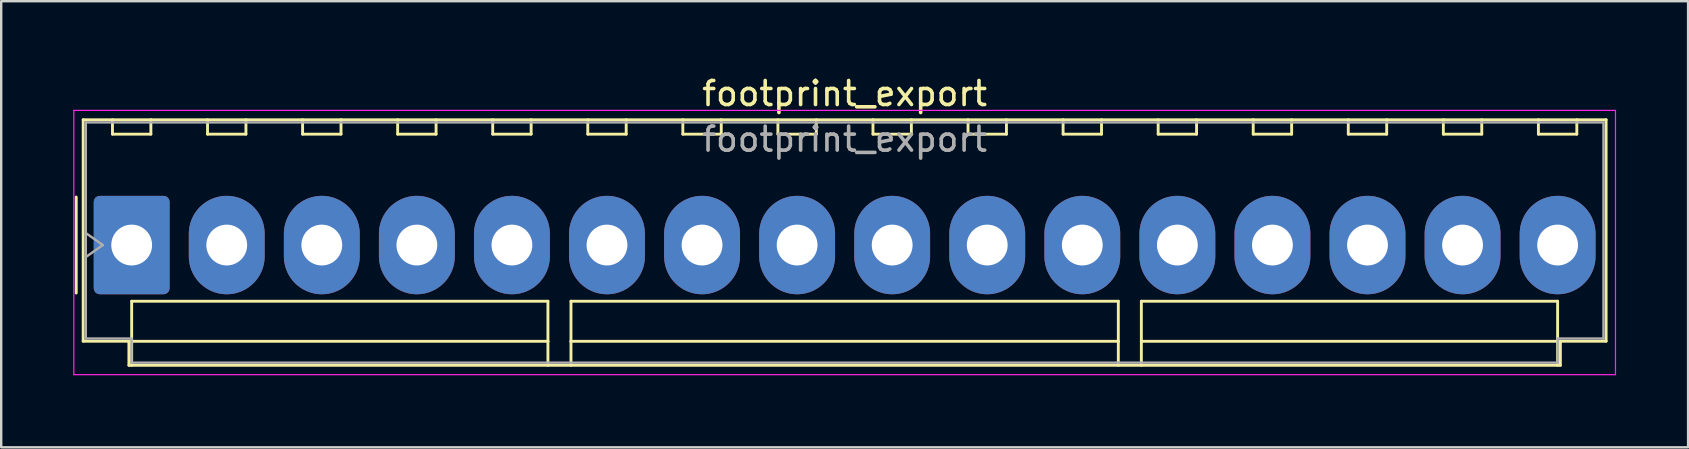
<source format=kicad_pcb>
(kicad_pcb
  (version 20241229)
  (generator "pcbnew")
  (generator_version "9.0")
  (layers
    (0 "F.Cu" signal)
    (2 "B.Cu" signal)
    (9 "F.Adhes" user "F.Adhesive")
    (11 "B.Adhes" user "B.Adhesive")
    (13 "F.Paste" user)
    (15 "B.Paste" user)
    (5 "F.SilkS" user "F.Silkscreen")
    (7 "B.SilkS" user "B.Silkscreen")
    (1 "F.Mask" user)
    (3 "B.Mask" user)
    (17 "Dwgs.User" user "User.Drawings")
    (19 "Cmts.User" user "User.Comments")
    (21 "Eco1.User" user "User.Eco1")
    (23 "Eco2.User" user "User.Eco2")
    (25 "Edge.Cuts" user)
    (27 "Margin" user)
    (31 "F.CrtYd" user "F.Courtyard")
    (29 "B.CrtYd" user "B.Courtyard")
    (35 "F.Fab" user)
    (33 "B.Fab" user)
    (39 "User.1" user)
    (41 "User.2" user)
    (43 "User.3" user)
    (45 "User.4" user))
  (footprint "footprint_export"
    (layer "F.Cu")
    (at 2.435 7.158)
    (property "Reference" "footprint_export" (at 29.7 -6.31 0) (layer "F.SilkS") (effects (font (size 1 1) (thickness 0.15))))
    (attr through_hole)
    (fp_line (start -2.31 -2) (end -2.31 2) (stroke (width 0.12) (type solid)) (layer "F.SilkS"))
    (fp_line (start -2.02 -5.22) (end 61.42 -5.22) (stroke (width 0.12) (type solid)) (layer "F.SilkS"))
    (fp_line (start -2.02 4.005) (end -2.02 -5.22) (stroke (width 0.12) (type solid)) (layer "F.SilkS"))
    (fp_line (start -0.8 -5.22) (end -0.8 -4.62) (stroke (width 0.12) (type solid)) (layer "F.SilkS"))
    (fp_line (start -0.8 -4.62) (end 0.8 -4.62) (stroke (width 0.12) (type solid)) (layer "F.SilkS"))
    (fp_line (start -0.115 4.005) (end -2.02 4.005) (stroke (width 0.12) (type solid)) (layer "F.SilkS"))
    (fp_line (start -0.115 5.01) (end -0.115 4.005) (stroke (width 0.12) (type solid)) (layer "F.SilkS"))
    (fp_line (start 0 2.34) (end 17.34 2.34) (stroke (width 0.12) (type solid)) (layer "F.SilkS"))
    (fp_line (start 0 4.01) (end 0 2.34) (stroke (width 0.12) (type solid)) (layer "F.SilkS"))
    (fp_line (start 0 4.01) (end 17.34 4.01) (stroke (width 0.12) (type solid)) (layer "F.SilkS"))
    (fp_line (start 0 5.01) (end 0 4.01) (stroke (width 0.12) (type solid)) (layer "F.SilkS"))
    (fp_line (start 0.8 -4.62) (end 0.8 -5.22) (stroke (width 0.12) (type solid)) (layer "F.SilkS"))
    (fp_line (start 3.16 -5.22) (end 3.16 -4.62) (stroke (width 0.12) (type solid)) (layer "F.SilkS"))
    (fp_line (start 3.16 -4.62) (end 4.76 -4.62) (stroke (width 0.12) (type solid)) (layer "F.SilkS"))
    (fp_line (start 4.76 -4.62) (end 4.76 -5.22) (stroke (width 0.12) (type solid)) (layer "F.SilkS"))
    (fp_line (start 7.12 -5.22) (end 7.12 -4.62) (stroke (width 0.12) (type solid)) (layer "F.SilkS"))
    (fp_line (start 7.12 -4.62) (end 8.72 -4.62) (stroke (width 0.12) (type solid)) (layer "F.SilkS"))
    (fp_line (start 8.72 -4.62) (end 8.72 -5.22) (stroke (width 0.12) (type solid)) (layer "F.SilkS"))
    (fp_line (start 11.08 -5.22) (end 11.08 -4.62) (stroke (width 0.12) (type solid)) (layer "F.SilkS"))
    (fp_line (start 11.08 -4.62) (end 12.68 -4.62) (stroke (width 0.12) (type solid)) (layer "F.SilkS"))
    (fp_line (start 12.68 -4.62) (end 12.68 -5.22) (stroke (width 0.12) (type solid)) (layer "F.SilkS"))
    (fp_line (start 15.04 -5.22) (end 15.04 -4.62) (stroke (width 0.12) (type solid)) (layer "F.SilkS"))
    (fp_line (start 15.04 -4.62) (end 16.64 -4.62) (stroke (width 0.12) (type solid)) (layer "F.SilkS"))
    (fp_line (start 16.64 -4.62) (end 16.64 -5.22) (stroke (width 0.12) (type solid)) (layer "F.SilkS"))
    (fp_line (start 17.34 2.34) (end 17.34 4.01) (stroke (width 0.12) (type solid)) (layer "F.SilkS"))
    (fp_line (start 17.34 4.01) (end 17.34 5.01) (stroke (width 0.12) (type solid)) (layer "F.SilkS"))
    (fp_line (start 18.3 2.34) (end 41.1 2.34) (stroke (width 0.12) (type solid)) (layer "F.SilkS"))
    (fp_line (start 18.3 4.01) (end 18.3 2.34) (stroke (width 0.12) (type solid)) (layer "F.SilkS"))
    (fp_line (start 18.3 4.01) (end 41.1 4.01) (stroke (width 0.12) (type solid)) (layer "F.SilkS"))
    (fp_line (start 18.3 5.01) (end 18.3 4.01) (stroke (width 0.12) (type solid)) (layer "F.SilkS"))
    (fp_line (start 19 -5.22) (end 19 -4.62) (stroke (width 0.12) (type solid)) (layer "F.SilkS"))
    (fp_line (start 19 -4.62) (end 20.6 -4.62) (stroke (width 0.12) (type solid)) (layer "F.SilkS"))
    (fp_line (start 20.6 -4.62) (end 20.6 -5.22) (stroke (width 0.12) (type solid)) (layer "F.SilkS"))
    (fp_line (start 22.96 -5.22) (end 22.96 -4.62) (stroke (width 0.12) (type solid)) (layer "F.SilkS"))
    (fp_line (start 22.96 -4.62) (end 24.56 -4.62) (stroke (width 0.12) (type solid)) (layer "F.SilkS"))
    (fp_line (start 24.56 -4.62) (end 24.56 -5.22) (stroke (width 0.12) (type solid)) (layer "F.SilkS"))
    (fp_line (start 26.92 -5.22) (end 26.92 -4.62) (stroke (width 0.12) (type solid)) (layer "F.SilkS"))
    (fp_line (start 26.92 -4.62) (end 28.52 -4.62) (stroke (width 0.12) (type solid)) (layer "F.SilkS"))
    (fp_line (start 28.52 -4.62) (end 28.52 -5.22) (stroke (width 0.12) (type solid)) (layer "F.SilkS"))
    (fp_line (start 30.88 -5.22) (end 30.88 -4.62) (stroke (width 0.12) (type solid)) (layer "F.SilkS"))
    (fp_line (start 30.88 -4.62) (end 32.48 -4.62) (stroke (width 0.12) (type solid)) (layer "F.SilkS"))
    (fp_line (start 32.48 -4.62) (end 32.48 -5.22) (stroke (width 0.12) (type solid)) (layer "F.SilkS"))
    (fp_line (start 34.84 -5.22) (end 34.84 -4.62) (stroke (width 0.12) (type solid)) (layer "F.SilkS"))
    (fp_line (start 34.84 -4.62) (end 36.44 -4.62) (stroke (width 0.12) (type solid)) (layer "F.SilkS"))
    (fp_line (start 36.44 -4.62) (end 36.44 -5.22) (stroke (width 0.12) (type solid)) (layer "F.SilkS"))
    (fp_line (start 38.8 -5.22) (end 38.8 -4.62) (stroke (width 0.12) (type solid)) (layer "F.SilkS"))
    (fp_line (start 38.8 -4.62) (end 40.4 -4.62) (stroke (width 0.12) (type solid)) (layer "F.SilkS"))
    (fp_line (start 40.4 -4.62) (end 40.4 -5.22) (stroke (width 0.12) (type solid)) (layer "F.SilkS"))
    (fp_line (start 41.1 2.34) (end 41.1 4.01) (stroke (width 0.12) (type solid)) (layer "F.SilkS"))
    (fp_line (start 41.1 4.01) (end 41.1 5.01) (stroke (width 0.12) (type solid)) (layer "F.SilkS"))
    (fp_line (start 42.06 2.34) (end 59.4 2.34) (stroke (width 0.12) (type solid)) (layer "F.SilkS"))
    (fp_line (start 42.06 4.01) (end 42.06 2.34) (stroke (width 0.12) (type solid)) (layer "F.SilkS"))
    (fp_line (start 42.06 4.01) (end 59.4 4.01) (stroke (width 0.12) (type solid)) (layer "F.SilkS"))
    (fp_line (start 42.06 5.01) (end 42.06 4.01) (stroke (width 0.12) (type solid)) (layer "F.SilkS"))
    (fp_line (start 42.76 -5.22) (end 42.76 -4.62) (stroke (width 0.12) (type solid)) (layer "F.SilkS"))
    (fp_line (start 42.76 -4.62) (end 44.36 -4.62) (stroke (width 0.12) (type solid)) (layer "F.SilkS"))
    (fp_line (start 44.36 -4.62) (end 44.36 -5.22) (stroke (width 0.12) (type solid)) (layer "F.SilkS"))
    (fp_line (start 46.72 -5.22) (end 46.72 -4.62) (stroke (width 0.12) (type solid)) (layer "F.SilkS"))
    (fp_line (start 46.72 -4.62) (end 48.32 -4.62) (stroke (width 0.12) (type solid)) (layer "F.SilkS"))
    (fp_line (start 48.32 -4.62) (end 48.32 -5.22) (stroke (width 0.12) (type solid)) (layer "F.SilkS"))
    (fp_line (start 50.68 -5.22) (end 50.68 -4.62) (stroke (width 0.12) (type solid)) (layer "F.SilkS"))
    (fp_line (start 50.68 -4.62) (end 52.28 -4.62) (stroke (width 0.12) (type solid)) (layer "F.SilkS"))
    (fp_line (start 52.28 -4.62) (end 52.28 -5.22) (stroke (width 0.12) (type solid)) (layer "F.SilkS"))
    (fp_line (start 54.64 -5.22) (end 54.64 -4.62) (stroke (width 0.12) (type solid)) (layer "F.SilkS"))
    (fp_line (start 54.64 -4.62) (end 56.24 -4.62) (stroke (width 0.12) (type solid)) (layer "F.SilkS"))
    (fp_line (start 56.24 -4.62) (end 56.24 -5.22) (stroke (width 0.12) (type solid)) (layer "F.SilkS"))
    (fp_line (start 58.6 -5.22) (end 58.6 -4.62) (stroke (width 0.12) (type solid)) (layer "F.SilkS"))
    (fp_line (start 58.6 -4.62) (end 60.2 -4.62) (stroke (width 0.12) (type solid)) (layer "F.SilkS"))
    (fp_line (start 59.4 2.34) (end 59.4 4.01) (stroke (width 0.12) (type solid)) (layer "F.SilkS"))
    (fp_line (start 59.4 4.01) (end 59.4 5.01) (stroke (width 0.12) (type solid)) (layer "F.SilkS"))
    (fp_line (start 59.515 4.005) (end 59.515 5.01) (stroke (width 0.12) (type solid)) (layer "F.SilkS"))
    (fp_line (start 59.515 5.01) (end -0.115 5.01) (stroke (width 0.12) (type solid)) (layer "F.SilkS"))
    (fp_line (start 60.2 -4.62) (end 60.2 -5.22) (stroke (width 0.12) (type solid)) (layer "F.SilkS"))
    (fp_line (start 61.42 -5.22) (end 61.42 4.005) (stroke (width 0.12) (type solid)) (layer "F.SilkS"))
    (fp_line (start 61.42 4.005) (end 59.515 4.005) (stroke (width 0.12) (type solid)) (layer "F.SilkS"))
    (fp_line (start -2.41 -5.61) (end -2.41 5.4) (stroke (width 0.05) (type solid)) (layer "F.CrtYd"))
    (fp_line (start -2.41 5.4) (end 61.81 5.4) (stroke (width 0.05) (type solid)) (layer "F.CrtYd"))
    (fp_line (start 61.81 -5.61) (end -2.41 -5.61) (stroke (width 0.05) (type solid)) (layer "F.CrtYd"))
    (fp_line (start 61.81 5.4) (end 61.81 -5.61) (stroke (width 0.05) (type solid)) (layer "F.CrtYd"))
    (fp_line (start -1.91 -5.11) (end 61.31 -5.11) (stroke (width 0.1) (type solid)) (layer "F.Fab"))
    (fp_line (start -1.91 -0.5) (end -1.203 0) (stroke (width 0.1) (type solid)) (layer "F.Fab"))
    (fp_line (start -1.91 3.895) (end -1.91 -5.11) (stroke (width 0.1) (type solid)) (layer "F.Fab"))
    (fp_line (start -1.203 0) (end -1.91 0.5) (stroke (width 0.1) (type solid)) (layer "F.Fab"))
    (fp_line (start -0.005 3.895) (end -1.91 3.895) (stroke (width 0.1) (type solid)) (layer "F.Fab"))
    (fp_line (start -0.005 4.9) (end -0.005 3.895) (stroke (width 0.1) (type solid)) (layer "F.Fab"))
    (fp_line (start 59.405 3.895) (end 59.405 4.9) (stroke (width 0.1) (type solid)) (layer "F.Fab"))
    (fp_line (start 59.405 4.9) (end -0.005 4.9) (stroke (width 0.1) (type solid)) (layer "F.Fab"))
    (fp_line (start 61.31 -5.11) (end 61.31 3.895) (stroke (width 0.1) (type solid)) (layer "F.Fab"))
    (fp_line (start 61.31 3.895) (end 59.405 3.895) (stroke (width 0.1) (type solid)) (layer "F.Fab"))
    (fp_text user "${REFERENCE}" (at 29.7 -4.41 0) (layer "F.Fab") (effects (font (size 1 1) (thickness 0.15))))
    (pad "1" thru_hole roundrect (at 0 0) (size 3.16 4.1) (drill 1.7) (layers "*.Cu" "*.Mask") (roundrect_rratio 0.079))
    (pad "2" thru_hole oval (at 3.96 0) (size 3.16 4.1) (drill 1.7) (layers "*.Cu" "*.Mask"))
    (pad "3" thru_hole oval (at 7.92 0) (size 3.16 4.1) (drill 1.7) (layers "*.Cu" "*.Mask"))
    (pad "4" thru_hole oval (at 11.88 0) (size 3.16 4.1) (drill 1.7) (layers "*.Cu" "*.Mask"))
    (pad "5" thru_hole oval (at 15.84 0) (size 3.16 4.1) (drill 1.7) (layers "*.Cu" "*.Mask"))
    (pad "6" thru_hole oval (at 19.8 0) (size 3.16 4.1) (drill 1.7) (layers "*.Cu" "*.Mask"))
    (pad "7" thru_hole oval (at 23.76 0) (size 3.16 4.1) (drill 1.7) (layers "*.Cu" "*.Mask"))
    (pad "8" thru_hole oval (at 27.72 0) (size 3.16 4.1) (drill 1.7) (layers "*.Cu" "*.Mask"))
    (pad "9" thru_hole oval (at 31.68 0) (size 3.16 4.1) (drill 1.7) (layers "*.Cu" "*.Mask"))
    (pad "10" thru_hole oval (at 35.64 0) (size 3.16 4.1) (drill 1.7) (layers "*.Cu" "*.Mask"))
    (pad "11" thru_hole oval (at 39.6 0) (size 3.16 4.1) (drill 1.7) (layers "*.Cu" "*.Mask"))
    (pad "12" thru_hole oval (at 43.56 0) (size 3.16 4.1) (drill 1.7) (layers "*.Cu" "*.Mask"))
    (pad "13" thru_hole oval (at 47.52 0) (size 3.16 4.1) (drill 1.7) (layers "*.Cu" "*.Mask"))
    (pad "14" thru_hole oval (at 51.48 0) (size 3.16 4.1) (drill 1.7) (layers "*.Cu" "*.Mask"))
    (pad "15" thru_hole oval (at 55.44 0) (size 3.16 4.1) (drill 1.7) (layers "*.Cu" "*.Mask"))
    (pad "16" thru_hole oval (at 59.4 0) (size 3.16 4.1) (drill 1.7) (layers "*.Cu" "*.Mask")))
  (gr_rect
    (start -3 -3)
    (end 67.27 15.583)
    (stroke (width 0.1) (type default))
    (fill no)
    (layer "Edge.Cuts")))
</source>
